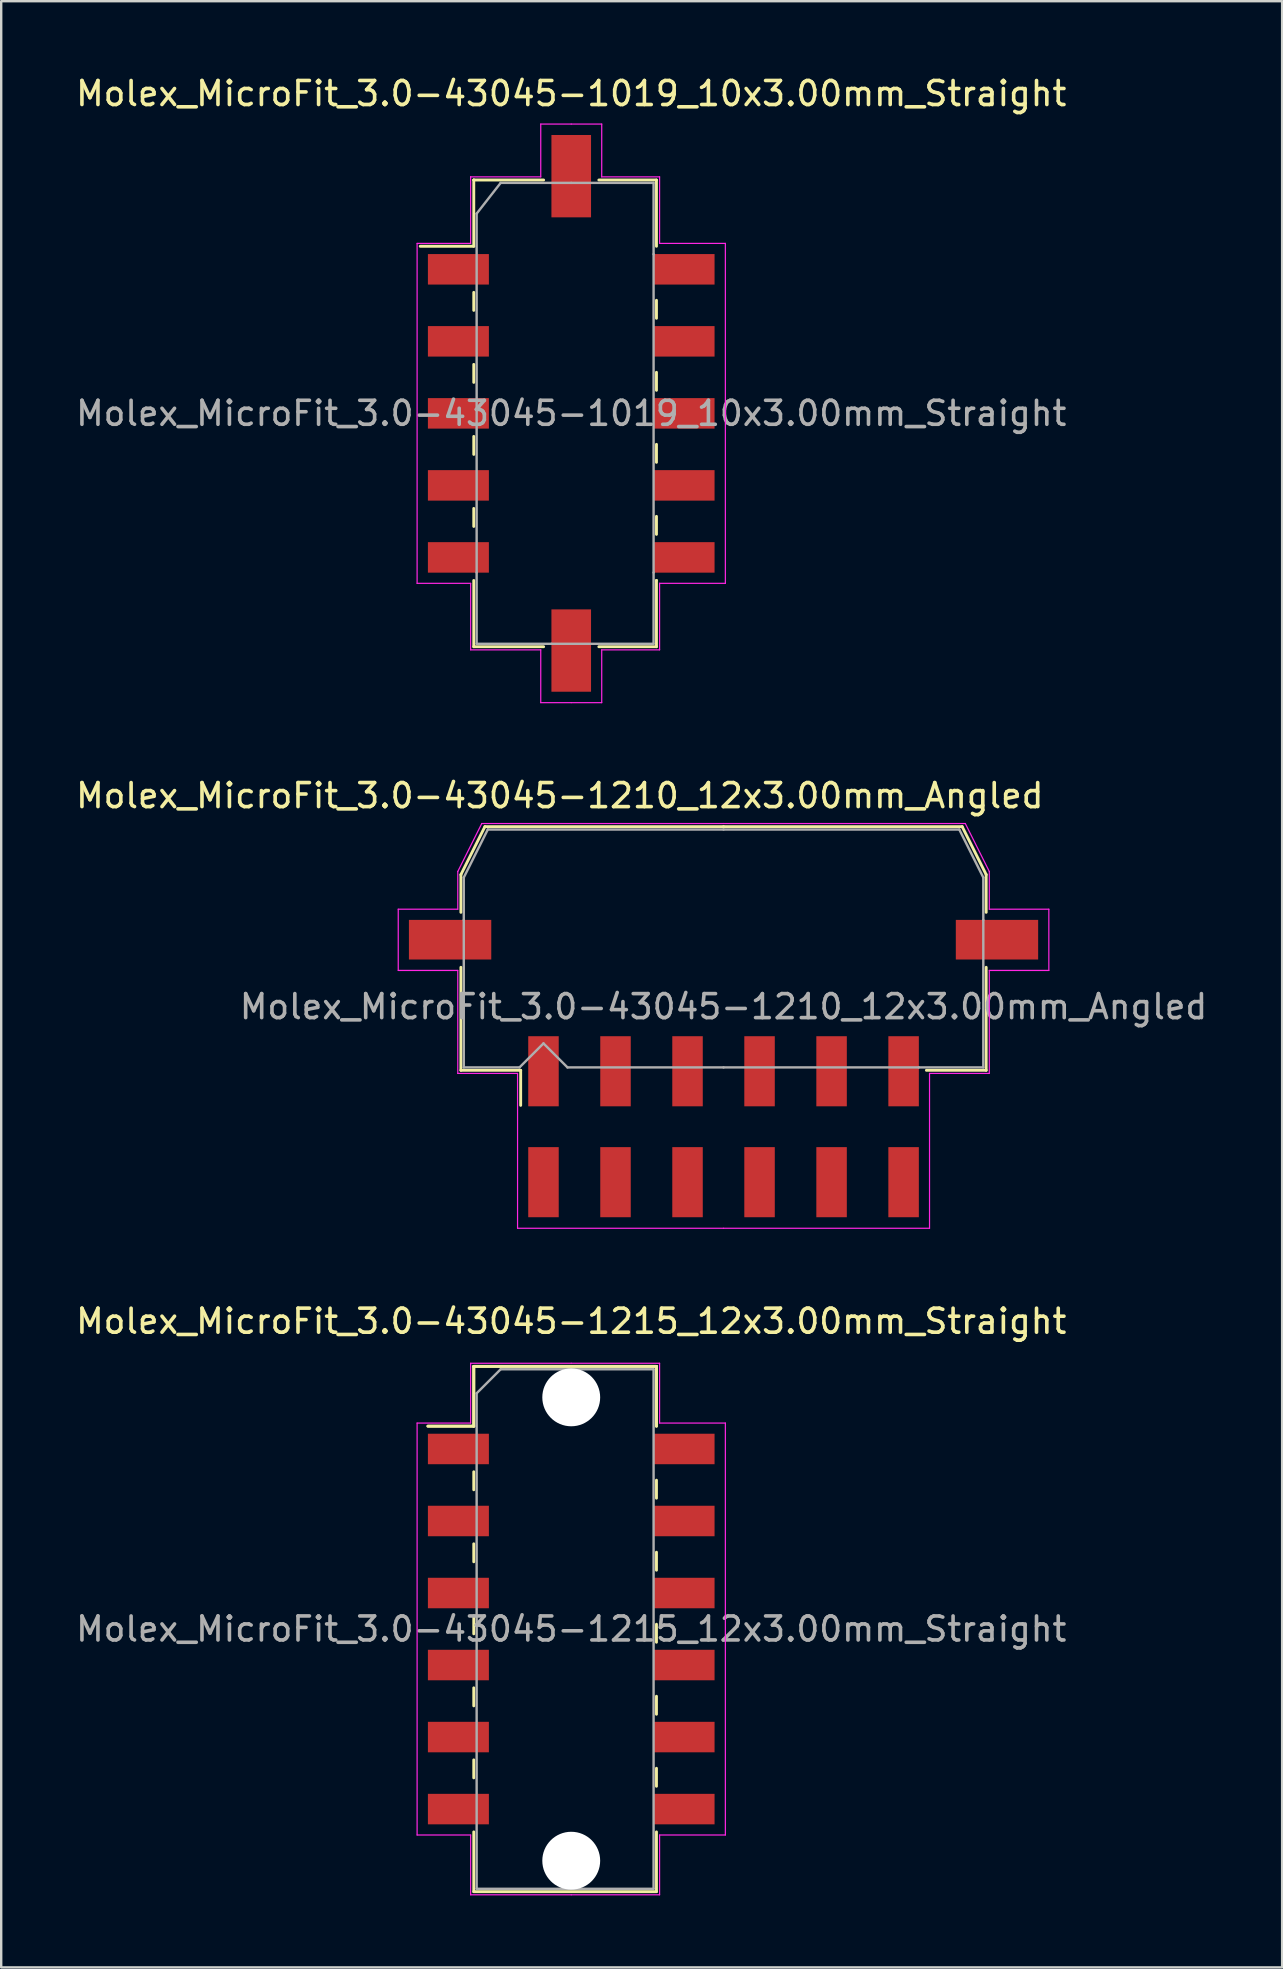
<source format=kicad_pcb>
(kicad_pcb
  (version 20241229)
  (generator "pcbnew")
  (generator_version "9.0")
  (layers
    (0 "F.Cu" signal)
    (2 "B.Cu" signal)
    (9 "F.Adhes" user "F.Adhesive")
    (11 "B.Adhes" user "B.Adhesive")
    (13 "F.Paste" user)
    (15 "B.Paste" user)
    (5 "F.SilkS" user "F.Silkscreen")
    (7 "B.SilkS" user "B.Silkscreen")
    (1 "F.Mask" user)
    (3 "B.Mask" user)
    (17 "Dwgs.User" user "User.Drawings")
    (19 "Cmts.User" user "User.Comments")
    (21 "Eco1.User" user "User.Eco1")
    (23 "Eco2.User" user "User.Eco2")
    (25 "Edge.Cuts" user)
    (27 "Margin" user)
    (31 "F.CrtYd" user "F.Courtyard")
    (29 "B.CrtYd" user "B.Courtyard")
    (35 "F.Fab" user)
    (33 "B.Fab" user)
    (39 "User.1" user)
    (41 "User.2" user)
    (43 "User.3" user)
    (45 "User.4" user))
  (footprint "Molex_MicroFit_3.0-43045-1215_12x3.00mm_Straight"
    (layer "F.Cu")
    (at 20.744 64.805)
    (property "Reference" "Molex_MicroFit_3.0-43045-1215_12x3.00mm_Straight" (at 0 -12.82 0) (layer "F.SilkS") (effects (font (size 1 1) (thickness 0.15))))
    (attr smd)
    (fp_line (start -5.97 -8.45) (end -4.06 -8.45) (stroke (width 0.12) (type solid)) (layer "F.SilkS"))
    (fp_line (start -5.97 -8.45) (end -4.06 -8.45) (stroke (width 0.12) (type solid)) (layer "F.SilkS"))
    (fp_line (start -4.06 -10.94) (end 3.55 -10.94) (stroke (width 0.12) (type solid)) (layer "F.SilkS"))
    (fp_line (start -4.06 -10.94) (end 3.55 -10.94) (stroke (width 0.12) (type solid)) (layer "F.SilkS"))
    (fp_line (start -4.06 -8.45) (end -4.06 -10.94) (stroke (width 0.12) (type solid)) (layer "F.SilkS"))
    (fp_line (start -4.06 -8.45) (end -4.06 -10.94) (stroke (width 0.12) (type solid)) (layer "F.SilkS"))
    (fp_line (start -4.06 -6.55) (end -4.06 -5.8) (stroke (width 0.12) (type solid)) (layer "F.SilkS"))
    (fp_line (start -4.06 -3.55) (end -4.06 -2.8) (stroke (width 0.12) (type solid)) (layer "F.SilkS"))
    (fp_line (start -4.06 -0.55) (end -4.06 0.2) (stroke (width 0.12) (type solid)) (layer "F.SilkS"))
    (fp_line (start -4.06 2.45) (end -4.06 3.2) (stroke (width 0.12) (type solid)) (layer "F.SilkS"))
    (fp_line (start -4.06 5.45) (end -4.06 6.2) (stroke (width 0.12) (type solid)) (layer "F.SilkS"))
    (fp_line (start -4.06 10.94) (end -4.06 8.45) (stroke (width 0.12) (type solid)) (layer "F.SilkS"))
    (fp_line (start 3.55 -10.94) (end 3.55 -8.45) (stroke (width 0.12) (type solid)) (layer "F.SilkS"))
    (fp_line (start 3.55 -10.94) (end 3.55 -8.45) (stroke (width 0.12) (type solid)) (layer "F.SilkS"))
    (fp_line (start 3.55 -5.45) (end 3.55 -6.2) (stroke (width 0.12) (type solid)) (layer "F.SilkS"))
    (fp_line (start 3.55 -2.45) (end 3.55 -3.2) (stroke (width 0.12) (type solid)) (layer "F.SilkS"))
    (fp_line (start 3.55 0.55) (end 3.55 -0.2) (stroke (width 0.12) (type solid)) (layer "F.SilkS"))
    (fp_line (start 3.55 3.55) (end 3.55 2.8) (stroke (width 0.12) (type solid)) (layer "F.SilkS"))
    (fp_line (start 3.55 6.55) (end 3.55 5.8) (stroke (width 0.12) (type solid)) (layer "F.SilkS"))
    (fp_line (start 3.55 8.45) (end 3.55 10.94) (stroke (width 0.12) (type solid)) (layer "F.SilkS"))
    (fp_line (start 3.55 10.94) (end -4.06 10.94) (stroke (width 0.12) (type solid)) (layer "F.SilkS"))
    (fp_line (start -6.42 -8.58) (end -4.19 -8.58) (stroke (width 0.05) (type solid)) (layer "F.CrtYd"))
    (fp_line (start -6.42 8.58) (end -6.42 -8.58) (stroke (width 0.05) (type solid)) (layer "F.CrtYd"))
    (fp_line (start -4.19 -11.07) (end 0 -11.07) (stroke (width 0.05) (type solid)) (layer "F.CrtYd"))
    (fp_line (start -4.19 -8.58) (end -4.19 -11.07) (stroke (width 0.05) (type solid)) (layer "F.CrtYd"))
    (fp_line (start -4.19 8.58) (end -6.42 8.58) (stroke (width 0.05) (type solid)) (layer "F.CrtYd"))
    (fp_line (start -4.19 11.07) (end -4.19 8.58) (stroke (width 0.05) (type solid)) (layer "F.CrtYd"))
    (fp_line (start 0 -11.07) (end 3.68 -11.07) (stroke (width 0.05) (type solid)) (layer "F.CrtYd"))
    (fp_line (start 0 11.07) (end -4.19 11.07) (stroke (width 0.05) (type solid)) (layer "F.CrtYd"))
    (fp_line (start 3.68 -11.07) (end 3.68 -8.58) (stroke (width 0.05) (type solid)) (layer "F.CrtYd"))
    (fp_line (start 3.68 -8.58) (end 6.42 -8.58) (stroke (width 0.05) (type solid)) (layer "F.CrtYd"))
    (fp_line (start 3.68 8.58) (end 3.68 11.07) (stroke (width 0.05) (type solid)) (layer "F.CrtYd"))
    (fp_line (start 3.68 11.07) (end 0 11.07) (stroke (width 0.05) (type solid)) (layer "F.CrtYd"))
    (fp_line (start 6.42 -8.58) (end 6.42 8.58) (stroke (width 0.05) (type solid)) (layer "F.CrtYd"))
    (fp_line (start 6.42 8.58) (end 3.68 8.58) (stroke (width 0.05) (type solid)) (layer "F.CrtYd"))
    (fp_line (start -3.94 -9.82) (end -2.94 -10.82) (stroke (width 0.1) (type solid)) (layer "F.Fab"))
    (fp_line (start -3.94 10.82) (end -3.94 -9.82) (stroke (width 0.1) (type solid)) (layer "F.Fab"))
    (fp_line (start -2.94 -10.82) (end 0 -10.82) (stroke (width 0.1) (type solid)) (layer "F.Fab"))
    (fp_line (start 0 -10.82) (end 3.43 -10.82) (stroke (width 0.1) (type solid)) (layer "F.Fab"))
    (fp_line (start 0 10.82) (end -3.94 10.82) (stroke (width 0.1) (type solid)) (layer "F.Fab"))
    (fp_line (start 3.43 -10.82) (end 3.43 10.82) (stroke (width 0.1) (type solid)) (layer "F.Fab"))
    (fp_line (start 3.43 10.82) (end 0 10.82) (stroke (width 0.1) (type solid)) (layer "F.Fab"))
    (fp_text user "${REFERENCE}" (at 0 0 0) (layer "F.Fab") (effects (font (size 1 1) (thickness 0.15))))
    (pad "" np_thru_hole circle (at 0 -9.65) (size 2.41 2.41) (drill 2.41) (layers "*.Cu"))
    (pad "" np_thru_hole circle (at 0 9.65) (size 2.41 2.41) (drill 2.41) (layers "*.Cu"))
    (pad "1" smd rect (at -4.7 -7.5) (size 2.54 1.27) (layers "F.Cu" "F.Mask" "F.Paste"))
    (pad "2" smd rect (at -4.7 -4.5) (size 2.54 1.27) (layers "F.Cu" "F.Mask" "F.Paste"))
    (pad "3" smd rect (at -4.7 -1.5) (size 2.54 1.27) (layers "F.Cu" "F.Mask" "F.Paste"))
    (pad "4" smd rect (at -4.7 1.5) (size 2.54 1.27) (layers "F.Cu" "F.Mask" "F.Paste"))
    (pad "5" smd rect (at -4.7 4.5) (size 2.54 1.27) (layers "F.Cu" "F.Mask" "F.Paste"))
    (pad "6" smd rect (at -4.7 7.5) (size 2.54 1.27) (layers "F.Cu" "F.Mask" "F.Paste"))
    (pad "7" smd rect (at 4.7 7.5) (size 2.54 1.27) (layers "F.Cu" "F.Mask" "F.Paste"))
    (pad "8" smd rect (at 4.7 4.5) (size 2.54 1.27) (layers "F.Cu" "F.Mask" "F.Paste"))
    (pad "9" smd rect (at 4.7 1.5) (size 2.54 1.27) (layers "F.Cu" "F.Mask" "F.Paste"))
    (pad "10" smd rect (at 4.7 -1.5) (size 2.54 1.27) (layers "F.Cu" "F.Mask" "F.Paste"))
    (pad "11" smd rect (at 4.7 -4.5) (size 2.54 1.27) (layers "F.Cu" "F.Mask" "F.Paste"))
    (pad "12" smd rect (at 4.7 -7.5) (size 2.54 1.27) (layers "F.Cu" "F.Mask" "F.Paste")))
  (footprint "Molex_MicroFit_3.0-43045-1210_12x3.00mm_Angled"
    (layer "F.Cu")
    (at 27.088 43.882)
    (property "Reference" "Molex_MicroFit_3.0-43045-1210_12x3.00mm_Angled" (at -6.82 -13.79 0) (layer "F.SilkS") (effects (font (size 1 1) (thickness 0.15))))
    (attr smd)
    (fp_line (start -10.94 -10.5) (end -10.94 -8.93) (stroke (width 0.12) (type solid)) (layer "F.SilkS"))
    (fp_line (start -10.94 -6.64) (end -10.94 -2.35) (stroke (width 0.12) (type solid)) (layer "F.SilkS"))
    (fp_line (start -10.94 -2.35) (end -8.45 -2.35) (stroke (width 0.12) (type solid)) (layer "F.SilkS"))
    (fp_line (start -9.94 -12.5) (end -10.94 -10.5) (stroke (width 0.12) (type solid)) (layer "F.SilkS"))
    (fp_line (start -8.45 -2.35) (end -8.45 -0.89) (stroke (width 0.12) (type solid)) (layer "F.SilkS"))
    (fp_line (start 0 -12.5) (end -9.94 -12.5) (stroke (width 0.12) (type solid)) (layer "F.SilkS"))
    (fp_line (start 0 -12.5) (end 9.94 -12.5) (stroke (width 0.12) (type solid)) (layer "F.SilkS"))
    (fp_line (start 9.94 -12.5) (end 10.94 -10.5) (stroke (width 0.12) (type solid)) (layer "F.SilkS"))
    (fp_line (start 10.94 -10.5) (end 10.94 -8.93) (stroke (width 0.12) (type solid)) (layer "F.SilkS"))
    (fp_line (start 10.94 -6.64) (end 10.94 -2.35) (stroke (width 0.12) (type solid)) (layer "F.SilkS"))
    (fp_line (start 10.94 -2.35) (end 8.45 -2.35) (stroke (width 0.12) (type solid)) (layer "F.SilkS"))
    (fp_line (start -13.55 -9.06) (end -13.55 -6.51) (stroke (width 0.05) (type solid)) (layer "F.CrtYd"))
    (fp_line (start -13.55 -6.51) (end -11.07 -6.51) (stroke (width 0.05) (type solid)) (layer "F.CrtYd"))
    (fp_line (start -11.07 -10.63) (end -11.07 -9.06) (stroke (width 0.05) (type solid)) (layer "F.CrtYd"))
    (fp_line (start -11.07 -9.06) (end -13.55 -9.06) (stroke (width 0.05) (type solid)) (layer "F.CrtYd"))
    (fp_line (start -11.07 -6.51) (end -11.07 -2.22) (stroke (width 0.05) (type solid)) (layer "F.CrtYd"))
    (fp_line (start -11.07 -2.22) (end -8.58 -2.22) (stroke (width 0.05) (type solid)) (layer "F.CrtYd"))
    (fp_line (start -10.07 -12.63) (end -11.07 -10.63) (stroke (width 0.05) (type solid)) (layer "F.CrtYd"))
    (fp_line (start -8.58 -2.22) (end -8.58 4.23) (stroke (width 0.05) (type solid)) (layer "F.CrtYd"))
    (fp_line (start -8.58 4.23) (end 0 4.23) (stroke (width 0.05) (type solid)) (layer "F.CrtYd"))
    (fp_line (start 0 -12.63) (end -10.07 -12.63) (stroke (width 0.05) (type solid)) (layer "F.CrtYd"))
    (fp_line (start 0 -12.63) (end 10.07 -12.63) (stroke (width 0.05) (type solid)) (layer "F.CrtYd"))
    (fp_line (start 8.58 -2.22) (end 8.58 4.23) (stroke (width 0.05) (type solid)) (layer "F.CrtYd"))
    (fp_line (start 8.58 4.23) (end 0 4.23) (stroke (width 0.05) (type solid)) (layer "F.CrtYd"))
    (fp_line (start 10.07 -12.63) (end 11.07 -10.63) (stroke (width 0.05) (type solid)) (layer "F.CrtYd"))
    (fp_line (start 11.07 -10.63) (end 11.07 -9.06) (stroke (width 0.05) (type solid)) (layer "F.CrtYd"))
    (fp_line (start 11.07 -9.06) (end 13.55 -9.06) (stroke (width 0.05) (type solid)) (layer "F.CrtYd"))
    (fp_line (start 11.07 -6.51) (end 11.07 -2.22) (stroke (width 0.05) (type solid)) (layer "F.CrtYd"))
    (fp_line (start 11.07 -2.22) (end 8.58 -2.22) (stroke (width 0.05) (type solid)) (layer "F.CrtYd"))
    (fp_line (start 13.55 -9.06) (end 13.55 -6.51) (stroke (width 0.05) (type solid)) (layer "F.CrtYd"))
    (fp_line (start 13.55 -6.51) (end 11.07 -6.51) (stroke (width 0.05) (type solid)) (layer "F.CrtYd"))
    (fp_line (start -10.82 -10.38) (end -10.82 -8.61) (stroke (width 0.1) (type solid)) (layer "F.Fab"))
    (fp_line (start -10.82 -8.61) (end -10.82 -2.47) (stroke (width 0.1) (type solid)) (layer "F.Fab"))
    (fp_line (start -10.82 -2.47) (end -8.5 -2.47) (stroke (width 0.1) (type solid)) (layer "F.Fab"))
    (fp_line (start -9.82 -12.38) (end -10.82 -10.38) (stroke (width 0.1) (type solid)) (layer "F.Fab"))
    (fp_line (start -8.5 -2.47) (end -7.5 -3.47) (stroke (width 0.1) (type solid)) (layer "F.Fab"))
    (fp_line (start -7.5 -3.47) (end -6.5 -2.47) (stroke (width 0.1) (type solid)) (layer "F.Fab"))
    (fp_line (start -6.5 -2.47) (end 0 -2.47) (stroke (width 0.1) (type solid)) (layer "F.Fab"))
    (fp_line (start 0 -12.38) (end -9.82 -12.38) (stroke (width 0.1) (type solid)) (layer "F.Fab"))
    (fp_line (start 0 -12.38) (end 9.82 -12.38) (stroke (width 0.1) (type solid)) (layer "F.Fab"))
    (fp_line (start 8.13 -2.47) (end 0 -2.47) (stroke (width 0.1) (type solid)) (layer "F.Fab"))
    (fp_line (start 9.82 -12.38) (end 10.82 -10.38) (stroke (width 0.1) (type solid)) (layer "F.Fab"))
    (fp_line (start 10.82 -10.38) (end 10.82 -8.61) (stroke (width 0.1) (type solid)) (layer "F.Fab"))
    (fp_line (start 10.82 -8.61) (end 10.82 -2.47) (stroke (width 0.1) (type solid)) (layer "F.Fab"))
    (fp_line (start 10.82 -2.47) (end 8.13 -2.47) (stroke (width 0.1) (type solid)) (layer "F.Fab"))
    (fp_text user "${REFERENCE}" (at 0 -5 0) (layer "F.Fab") (effects (font (size 1 1) (thickness 0.15))))
    (pad "" smd rect (at -11.39 -7.79) (size 3.43 1.65) (layers "F.Cu" "F.Mask" "F.Paste"))
    (pad "" smd rect (at 11.39 -7.79) (size 3.43 1.65) (layers "F.Cu" "F.Mask" "F.Paste"))
    (pad "1" smd rect (at -7.5 -2.31) (size 1.27 2.92) (layers "F.Cu" "F.Mask" "F.Paste"))
    (pad "2" smd rect (at -4.5 -2.31) (size 1.27 2.92) (layers "F.Cu" "F.Mask" "F.Paste"))
    (pad "3" smd rect (at -1.5 -2.31) (size 1.27 2.92) (layers "F.Cu" "F.Mask" "F.Paste"))
    (pad "4" smd rect (at 1.5 -2.31) (size 1.27 2.92) (layers "F.Cu" "F.Mask" "F.Paste"))
    (pad "5" smd rect (at 4.5 -2.31) (size 1.27 2.92) (layers "F.Cu" "F.Mask" "F.Paste"))
    (pad "6" smd rect (at 7.5 -2.31) (size 1.27 2.92) (layers "F.Cu" "F.Mask" "F.Paste"))
    (pad "7" smd rect (at 7.5 2.31) (size 1.27 2.92) (layers "F.Cu" "F.Mask" "F.Paste"))
    (pad "8" smd rect (at 4.5 2.31) (size 1.27 2.92) (layers "F.Cu" "F.Mask" "F.Paste"))
    (pad "9" smd rect (at 1.5 2.31) (size 1.27 2.92) (layers "F.Cu" "F.Mask" "F.Paste"))
    (pad "10" smd rect (at -1.5 2.31) (size 1.27 2.92) (layers "F.Cu" "F.Mask" "F.Paste"))
    (pad "11" smd rect (at -4.5 2.31) (size 1.27 2.92) (layers "F.Cu" "F.Mask" "F.Paste"))
    (pad "12" smd rect (at -7.5 2.31) (size 1.27 2.92) (layers "F.Cu" "F.Mask" "F.Paste")))
  (footprint "Molex_MicroFit_3.0-43045-1019_10x3.00mm_Straight"
    (layer "F.Cu")
    (at 20.744 14.168)
    (property "Reference" "Molex_MicroFit_3.0-43045-1019_10x3.00mm_Straight" (at 0 -13.32 0) (layer "F.SilkS") (effects (font (size 1 1) (thickness 0.15))))
    (attr smd)
    (fp_line (start -6.29 -6.96) (end -4.06 -6.96) (stroke (width 0.12) (type solid)) (layer "F.SilkS"))
    (fp_line (start -4.06 -9.72) (end -4.06 -9.72) (stroke (width 0.12) (type solid)) (layer "F.SilkS"))
    (fp_line (start -4.06 -9.72) (end -1.15 -9.72) (stroke (width 0.12) (type solid)) (layer "F.SilkS"))
    (fp_line (start -4.06 -6.96) (end -4.06 -9.72) (stroke (width 0.12) (type solid)) (layer "F.SilkS"))
    (fp_line (start -4.06 -5.04) (end -4.06 -4.29) (stroke (width 0.12) (type solid)) (layer "F.SilkS"))
    (fp_line (start -4.06 -2.04) (end -4.06 -1.29) (stroke (width 0.12) (type solid)) (layer "F.SilkS"))
    (fp_line (start -4.06 0.96) (end -4.06 1.71) (stroke (width 0.12) (type solid)) (layer "F.SilkS"))
    (fp_line (start -4.06 3.96) (end -4.06 4.71) (stroke (width 0.12) (type solid)) (layer "F.SilkS"))
    (fp_line (start -4.06 9.72) (end -4.06 6.96) (stroke (width 0.12) (type solid)) (layer "F.SilkS"))
    (fp_line (start -1.15 9.72) (end -4.06 9.72) (stroke (width 0.12) (type solid)) (layer "F.SilkS"))
    (fp_line (start 1.15 -9.72) (end 3.55 -9.72) (stroke (width 0.12) (type solid)) (layer "F.SilkS"))
    (fp_line (start 3.55 -9.72) (end 3.55 -6.96) (stroke (width 0.12) (type solid)) (layer "F.SilkS"))
    (fp_line (start 3.55 -3.96) (end 3.55 -4.71) (stroke (width 0.12) (type solid)) (layer "F.SilkS"))
    (fp_line (start 3.55 -0.96) (end 3.55 -1.71) (stroke (width 0.12) (type solid)) (layer "F.SilkS"))
    (fp_line (start 3.55 2.04) (end 3.55 1.29) (stroke (width 0.12) (type solid)) (layer "F.SilkS"))
    (fp_line (start 3.55 5.04) (end 3.55 4.29) (stroke (width 0.12) (type solid)) (layer "F.SilkS"))
    (fp_line (start 3.55 6.96) (end 3.55 6.96) (stroke (width 0.12) (type solid)) (layer "F.SilkS"))
    (fp_line (start 3.55 6.96) (end 3.55 9.72) (stroke (width 0.12) (type solid)) (layer "F.SilkS"))
    (fp_line (start 3.55 9.72) (end 1.15 9.72) (stroke (width 0.12) (type solid)) (layer "F.SilkS"))
    (fp_line (start -6.42 -7.08) (end -4.19 -7.08) (stroke (width 0.05) (type solid)) (layer "F.CrtYd"))
    (fp_line (start -6.42 7.08) (end -6.42 -7.08) (stroke (width 0.05) (type solid)) (layer "F.CrtYd"))
    (fp_line (start -4.19 -9.85) (end -4.19 -9.85) (stroke (width 0.05) (type solid)) (layer "F.CrtYd"))
    (fp_line (start -4.19 -9.85) (end -1.27 -9.85) (stroke (width 0.05) (type solid)) (layer "F.CrtYd"))
    (fp_line (start -4.19 -7.08) (end -4.19 -9.85) (stroke (width 0.05) (type solid)) (layer "F.CrtYd"))
    (fp_line (start -4.19 7.08) (end -6.42 7.08) (stroke (width 0.05) (type solid)) (layer "F.CrtYd"))
    (fp_line (start -4.19 9.85) (end -4.19 7.08) (stroke (width 0.05) (type solid)) (layer "F.CrtYd"))
    (fp_line (start -1.27 -12.05) (end 0 -12.05) (stroke (width 0.05) (type solid)) (layer "F.CrtYd"))
    (fp_line (start -1.27 -9.85) (end -1.27 -12.05) (stroke (width 0.05) (type solid)) (layer "F.CrtYd"))
    (fp_line (start -1.27 9.85) (end -4.19 9.85) (stroke (width 0.05) (type solid)) (layer "F.CrtYd"))
    (fp_line (start -1.27 12.05) (end -1.27 9.85) (stroke (width 0.05) (type solid)) (layer "F.CrtYd"))
    (fp_line (start 0 -12.05) (end 1.27 -12.05) (stroke (width 0.05) (type solid)) (layer "F.CrtYd"))
    (fp_line (start 0 12.05) (end -1.27 12.05) (stroke (width 0.05) (type solid)) (layer "F.CrtYd"))
    (fp_line (start 1.27 -12.05) (end 1.27 -9.85) (stroke (width 0.05) (type solid)) (layer "F.CrtYd"))
    (fp_line (start 1.27 -9.85) (end 3.68 -9.85) (stroke (width 0.05) (type solid)) (layer "F.CrtYd"))
    (fp_line (start 1.27 9.85) (end 1.27 12.05) (stroke (width 0.05) (type solid)) (layer "F.CrtYd"))
    (fp_line (start 1.27 12.05) (end 0 12.05) (stroke (width 0.05) (type solid)) (layer "F.CrtYd"))
    (fp_line (start 3.68 -9.85) (end 3.68 -7.08) (stroke (width 0.05) (type solid)) (layer "F.CrtYd"))
    (fp_line (start 3.68 -7.08) (end 6.42 -7.08) (stroke (width 0.05) (type solid)) (layer "F.CrtYd"))
    (fp_line (start 3.68 7.08) (end 3.68 7.08) (stroke (width 0.05) (type solid)) (layer "F.CrtYd"))
    (fp_line (start 3.68 7.08) (end 3.68 9.85) (stroke (width 0.05) (type solid)) (layer "F.CrtYd"))
    (fp_line (start 3.68 9.85) (end 1.27 9.85) (stroke (width 0.05) (type solid)) (layer "F.CrtYd"))
    (fp_line (start 6.42 -7.08) (end 6.42 7.08) (stroke (width 0.05) (type solid)) (layer "F.CrtYd"))
    (fp_line (start 6.42 7.08) (end 3.68 7.08) (stroke (width 0.05) (type solid)) (layer "F.CrtYd"))
    (fp_line (start -3.94 -8.32) (end -2.94 -9.6) (stroke (width 0.1) (type solid)) (layer "F.Fab"))
    (fp_line (start -3.94 6.63) (end -3.94 -8.32) (stroke (width 0.1) (type solid)) (layer "F.Fab"))
    (fp_line (start -3.94 9.6) (end -3.94 6.63) (stroke (width 0.1) (type solid)) (layer "F.Fab"))
    (fp_line (start -2.94 -9.6) (end 0 -9.6) (stroke (width 0.1) (type solid)) (layer "F.Fab"))
    (fp_line (start -0.82 9.6) (end -3.94 9.6) (stroke (width 0.1) (type solid)) (layer "F.Fab"))
    (fp_line (start 0 -9.6) (end 3.43 -9.6) (stroke (width 0.1) (type solid)) (layer "F.Fab"))
    (fp_line (start 3.43 -9.6) (end 3.43 -6.63) (stroke (width 0.1) (type solid)) (layer "F.Fab"))
    (fp_line (start 3.43 -6.63) (end 3.43 6.63) (stroke (width 0.1) (type solid)) (layer "F.Fab"))
    (fp_line (start 3.43 6.63) (end 3.43 9.6) (stroke (width 0.1) (type solid)) (layer "F.Fab"))
    (fp_line (start 3.43 9.6) (end -0.82 9.6) (stroke (width 0.1) (type solid)) (layer "F.Fab"))
    (fp_text user "${REFERENCE}" (at 0 0 0) (layer "F.Fab") (effects (font (size 1 1) (thickness 0.15))))
    (pad "" smd rect (at 0 -9.88) (size 1.65 3.43) (layers "F.Cu" "F.Mask" "F.Paste"))
    (pad "" smd rect (at 0 9.88) (size 1.65 3.43) (layers "F.Cu" "F.Mask" "F.Paste"))
    (pad "1" smd rect (at -4.7 -6) (size 2.54 1.27) (layers "F.Cu" "F.Mask" "F.Paste"))
    (pad "2" smd rect (at -4.7 -3) (size 2.54 1.27) (layers "F.Cu" "F.Mask" "F.Paste"))
    (pad "3" smd rect (at -4.7 0) (size 2.54 1.27) (layers "F.Cu" "F.Mask" "F.Paste"))
    (pad "4" smd rect (at -4.7 3) (size 2.54 1.27) (layers "F.Cu" "F.Mask" "F.Paste"))
    (pad "5" smd rect (at -4.7 6) (size 2.54 1.27) (layers "F.Cu" "F.Mask" "F.Paste"))
    (pad "6" smd rect (at 4.7 6) (size 2.54 1.27) (layers "F.Cu" "F.Mask" "F.Paste"))
    (pad "7" smd rect (at 4.7 3) (size 2.54 1.27) (layers "F.Cu" "F.Mask" "F.Paste"))
    (pad "8" smd rect (at 4.7 0) (size 2.54 1.27) (layers "F.Cu" "F.Mask" "F.Paste"))
    (pad "9" smd rect (at 4.7 -3) (size 2.54 1.27) (layers "F.Cu" "F.Mask" "F.Paste"))
    (pad "10" smd rect (at 4.7 -6) (size 2.54 1.27) (layers "F.Cu" "F.Mask" "F.Paste")))
  (gr_rect
    (start -3 -3)
    (end 50.356 78.9)
    (stroke (width 0.1) (type default))
    (fill no)
    (layer "Edge.Cuts")))
</source>
